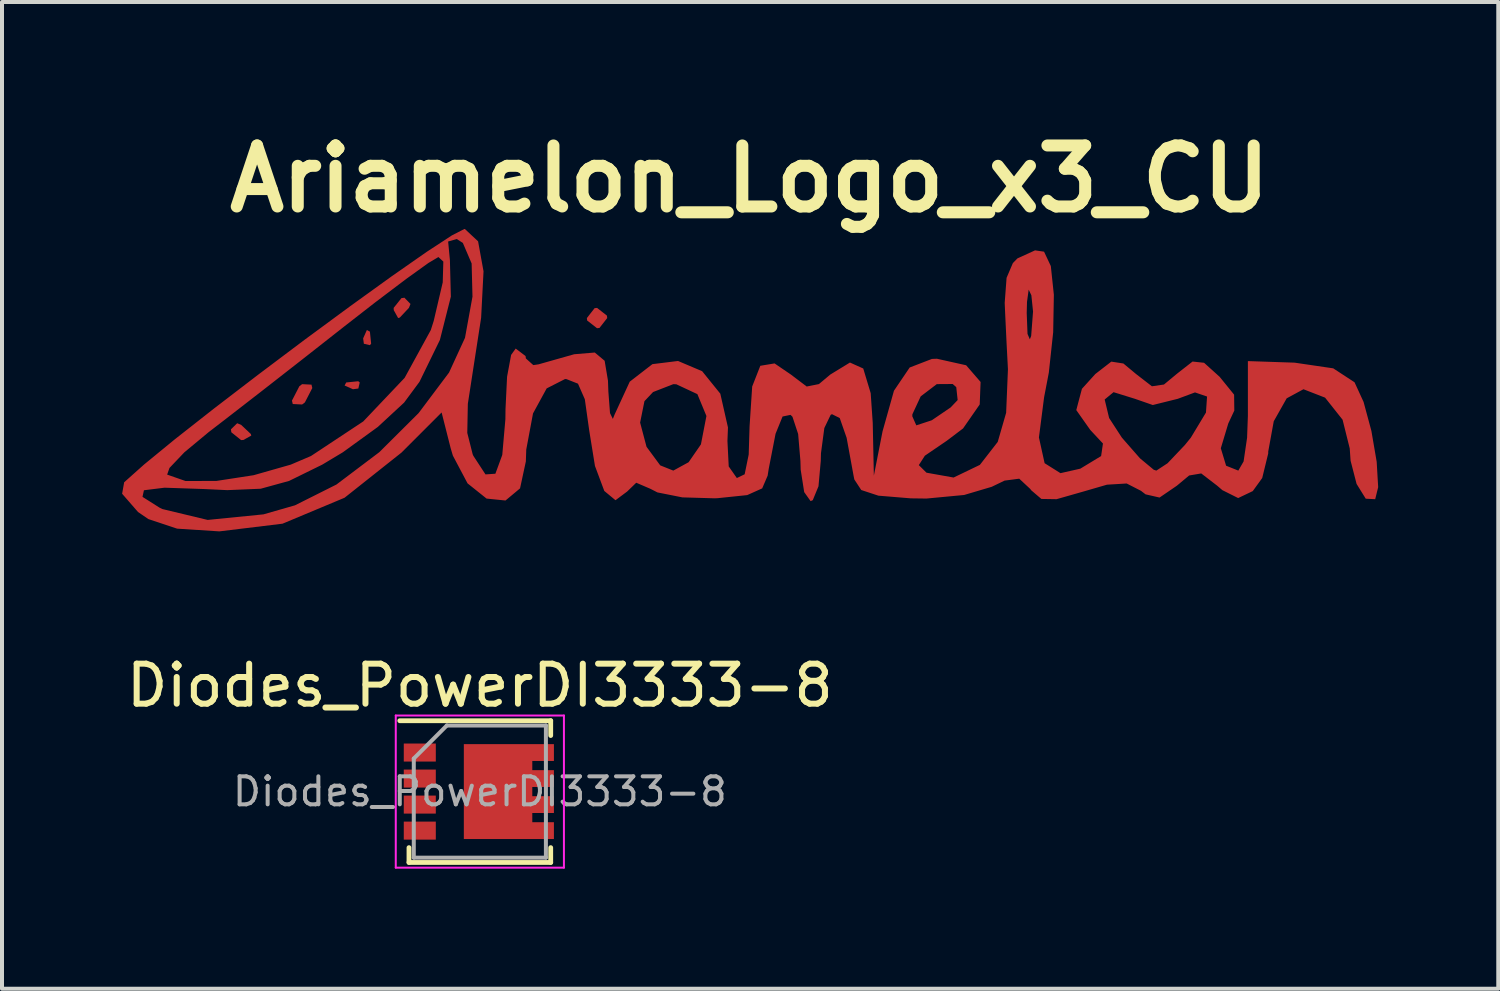
<source format=kicad_pcb>
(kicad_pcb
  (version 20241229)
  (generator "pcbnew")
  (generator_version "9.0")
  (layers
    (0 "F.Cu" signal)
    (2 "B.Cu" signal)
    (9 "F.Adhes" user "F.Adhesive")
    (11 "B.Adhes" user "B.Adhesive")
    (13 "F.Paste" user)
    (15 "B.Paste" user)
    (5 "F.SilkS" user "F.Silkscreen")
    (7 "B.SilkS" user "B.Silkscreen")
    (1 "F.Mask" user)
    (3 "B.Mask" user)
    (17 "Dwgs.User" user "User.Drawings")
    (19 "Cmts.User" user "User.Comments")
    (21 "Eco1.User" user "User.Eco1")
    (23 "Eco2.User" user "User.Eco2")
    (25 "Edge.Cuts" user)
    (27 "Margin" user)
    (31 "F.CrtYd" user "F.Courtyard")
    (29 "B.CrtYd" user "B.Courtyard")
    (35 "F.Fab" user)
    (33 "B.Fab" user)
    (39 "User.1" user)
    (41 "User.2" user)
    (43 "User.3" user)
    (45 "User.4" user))
  (footprint "Ariamelon_Logo_x3_CU"
    (layer "F.Cu")
    (at 15.672 6.418)
    (property "Reference" "Ariamelon_Logo_x3_CU" (at 0 -5 0) (layer "F.SilkS") (effects (font (size 1.524 1.524) (thickness 0.3))))
    (attr board_only exclude_from_pos_files exclude_from_bom)
    (fp_poly (pts (xy -9.737 0.085) (xy -9.772 0.236) (xy -9.906 0.254) (xy -10.115 0.161) (xy -10.075 0.085) (xy -9.774 0.054)) (stroke (width 0) (type solid)) (fill yes) (layer "F.Cu"))
    (fp_poly (pts (xy -9.483 -1.185) (xy -9.452 -0.884) (xy -9.483 -0.847) (xy -9.634 -0.882) (xy -9.652 -1.016) (xy -9.559 -1.225)) (stroke (width 0) (type solid)) (fill yes) (layer "F.Cu"))
    (fp_poly (pts (xy -12.7 1.143) (xy -12.458 1.371) (xy -12.446 1.412) (xy -12.643 1.521) (xy -12.7 1.524) (xy -12.944 1.329) (xy -12.954 1.255) (xy -12.798 1.103)) (stroke (width 0) (type solid)) (fill yes) (layer "F.Cu"))
    (fp_poly (pts (xy -10.942 0.139) (xy -10.922 0.224) (xy -11.107 0.583) (xy -11.176 0.635) (xy -11.41 0.623) (xy -11.43 0.538) (xy -11.245 0.179) (xy -11.176 0.127)) (stroke (width 0) (type solid)) (fill yes) (layer "F.Cu"))
    (fp_poly (pts (xy -8.469 -1.876) (xy -8.509 -1.778) (xy -8.737 -1.536) (xy -8.778 -1.524) (xy -8.887 -1.721) (xy -8.89 -1.778) (xy -8.695 -2.022) (xy -8.621 -2.032)) (stroke (width 0) (type solid)) (fill yes) (layer "F.Cu"))
    (fp_poly (pts (xy -3.563 -1.585) (xy -3.556 -1.524) (xy -3.749 -1.277) (xy -3.81 -1.27) (xy -4.057 -1.463) (xy -4.064 -1.524) (xy -3.871 -1.771) (xy -3.81 -1.778)) (stroke (width 0) (type solid)) (fill yes) (layer "F.Cu"))
    (fp_poly (pts (xy -7.112 -3.749) (xy -6.781 -3.44) (xy -6.645 -2.691) (xy -6.705 -1.531) (xy -6.873 -0.444) (xy -7.037 0.619) (xy -7.051 1.344) (xy -6.916 1.879) (xy -6.898 1.919) (xy -6.596 2.381) (xy -6.349 2.364) (xy -6.177 1.895) (xy -6.099 1.002) (xy -6.096 0.747) (xy -6.057 -0.059) (xy -5.956 -0.604) (xy -5.842 -0.762) (xy -5.595 -0.575) (xy -5.588 -0.516) (xy -5.402 -0.349) (xy -5.271 -0.368) (xy -4.381 -0.62) (xy -3.866 -0.663) (xy -3.62 -0.457) (xy -3.537 0.039) (xy -3.527 0.313) (xy -3.486 0.85) (xy -3.415 0.995) (xy -3.373 0.889) (xy -2.993 0.065) (xy -2.427 -0.373) (xy -1.787 -0.452) (xy -1.185 -0.197) (xy -0.731 0.365) (xy -0.54 1.208) (xy -0.553 1.546) (xy -0.521 2.182) (xy -0.318 2.472) (xy -0.123 2.378) (xy -0.022 1.885) (xy 0 1.179) (xy 0.065 0.186) (xy 0.268 -0.332) (xy 0.624 -0.391) (xy 1.032 -0.113) (xy 1.427 0.186) (xy 1.732 0.125) (xy 2.016 -0.113) (xy 2.507 -0.413) (xy 2.839 -0.264) (xy 3.025 0.352) (xy 3.076 1.094) (xy 3.104 2.413) (xy 3.321 1.306) (xy 3.427 0.929) (xy 4.064 0.929) (xy 4.164 1.156) (xy 4.539 1.033) (xy 4.558 1.024) (xy 5.021 0.709) (xy 5.197 0.524) (xy 5.162 0.201) (xy 5.073 0.123) (xy 4.676 0.126) (xy 4.274 0.432) (xy 4.066 0.88) (xy 4.064 0.929) (xy 3.427 0.929) (xy 3.606 0.291) (xy 3.999 -0.289) (xy 4.554 -0.503) (xy 4.679 -0.508) (xy 5.409 -0.345) (xy 5.77 0.072) (xy 5.748 0.634) (xy 5.332 1.233) (xy 4.925 1.541) (xy 4.378 1.914) (xy 4.227 2.149) (xy 4.415 2.335) (xy 4.422 2.339) (xy 5.096 2.459) (xy 5.752 2.143) (xy 6.198 1.569) (xy 6.408 0.842) (xy 6.453 -0.245) (xy 6.419 -0.896) (xy 6.383 -1.651) (xy 6.922 -1.651) (xy 6.942 -1.128) (xy 7 -0.993) (xy 7.033 -1.077) (xy 7.08 -1.687) (xy 7.038 -2.093) (xy 6.971 -2.233) (xy 6.929 -1.928) (xy 6.922 -1.651) (xy 6.383 -1.651) (xy 6.372 -1.903) (xy 6.419 -2.529) (xy 6.576 -2.897) (xy 6.69 -3.014) (xy 7.13 -3.215) (xy 7.355 -3.182) (xy 7.524 -2.823) (xy 7.6 -2.105) (xy 7.583 -1.17) (xy 7.474 -0.16) (xy 7.356 0.455) (xy 7.227 1.458) (xy 7.369 2.101) (xy 7.765 2.35) (xy 8.26 2.238) (xy 8.78 1.923) (xy 8.826 1.61) (xy 8.509 1.27) (xy 8.16 0.775) (xy 8.23 0.51) (xy 8.869 0.51) (xy 8.98 0.972) (xy 9.299 1.463) (xy 9.751 1.979) (xy 10.095 2.265) (xy 10.16 2.286) (xy 10.439 2.103) (xy 10.872 1.647) (xy 11.021 1.463) (xy 11.399 0.836) (xy 11.426 0.436) (xy 11.125 0.333) (xy 10.695 0.493) (xy 10.071 0.648) (xy 9.625 0.493) (xy 9.091 0.327) (xy 8.869 0.51) (xy 8.23 0.51) (xy 8.301 0.243) (xy 8.636 -0.127) (xy 9.035 -0.436) (xy 9.337 -0.389) (xy 9.652 -0.127) (xy 10.049 0.18) (xy 10.35 0.136) (xy 10.677 -0.135) (xy 11.064 -0.438) (xy 11.352 -0.407) (xy 11.741 -0.056) (xy 12.102 0.389) (xy 12.107 0.786) (xy 11.956 1.11) (xy 11.77 1.728) (xy 11.902 2.164) (xy 12.207 2.286) (xy 12.339 2.057) (xy 12.426 1.466) (xy 12.446 0.918) (xy 12.446 -0.449) (xy 13.613 -0.41) (xy 14.578 -0.268) (xy 15.11 0.08) (xy 15.336 0.572) (xy 15.531 1.295) (xy 15.663 2.066) (xy 15.7 2.7) (xy 15.626 3) (xy 15.39 2.988) (xy 15.161 2.619) (xy 15.011 2.038) (xy 14.99 1.733) (xy 14.811 1.015) (xy 14.374 0.464) (xy 13.834 0.254) (xy 13.415 0.481) (xy 13.092 1.054) (xy 12.954 1.811) (xy 12.954 1.857) (xy 12.804 2.471) (xy 12.568 2.798) (xy 12.203 2.972) (xy 11.808 2.774) (xy 11.679 2.663) (xy 11.281 2.357) (xy 10.979 2.408) (xy 10.673 2.663) (xy 10.24 2.959) (xy 9.89 2.879) (xy 9.776 2.791) (xy 9.419 2.608) (xy 8.926 2.638) (xy 8.344 2.807) (xy 7.667 3) (xy 7.288 2.994) (xy 7.035 2.778) (xy 7.011 2.745) (xy 6.735 2.488) (xy 6.369 2.536) (xy 6.047 2.691) (xy 5.359 2.895) (xy 4.417 2.984) (xy 4.026 2.979) (xy 3.217 2.912) (xy 2.789 2.771) (xy 2.616 2.507) (xy 2.597 2.412) (xy 2.424 1.467) (xy 2.252 0.974) (xy 2.058 0.877) (xy 2.025 0.894) (xy 1.867 1.223) (xy 1.783 1.853) (xy 1.778 2.047) (xy 1.721 2.678) (xy 1.578 3.025) (xy 1.524 3.048) (xy 1.364 2.823) (xy 1.276 2.261) (xy 1.27 2.047) (xy 1.213 1.372) (xy 1.071 0.941) (xy 1.023 0.894) (xy 0.824 0.935) (xy 0.649 1.366) (xy 0.478 2.242) (xy 0.451 2.413) (xy 0.315 2.73) (xy -0.059 2.898) (xy -0.8 2.975) (xy -0.874 2.978) (xy -1.678 2.955) (xy -2.301 2.831) (xy -2.477 2.741) (xy -2.831 2.589) (xy -3.057 2.808) (xy -3.349 3.026) (xy -3.629 2.794) (xy -3.862 2.17) (xy -4.005 1.285) (xy -4.033 1.087) (xy -2.734 1.087) (xy -2.574 1.691) (xy -2.232 2.155) (xy -1.905 2.286) (xy -1.523 2.077) (xy -1.215 1.631) (xy -1.078 0.922) (xy -1.304 0.376) (xy -1.83 0.13) (xy -1.905 0.127) (xy -2.411 0.324) (xy -2.626 0.552) (xy -2.734 1.087) (xy -4.033 1.087) (xy -4.115 0.504) (xy -4.286 0.115) (xy -4.574 0.001) (xy -4.611 0) (xy -5.068 0.233) (xy -5.409 0.858) (xy -5.578 1.761) (xy -5.588 2.057) (xy -5.733 2.73) (xy -6.096 3.033) (xy -6.569 2.985) (xy -7.044 2.605) (xy -7.411 1.912) (xy -7.466 1.726) (xy -7.692 0.834) (xy -8.694 1.836) (xy -10.116 2.964) (xy -11.665 3.612) (xy -13.243 3.804) (xy -14.298 3.736) (xy -15.016 3.497) (xy -15.275 3.32) (xy -15.604 2.942) (xy -15.163 2.942) (xy -14.733 3.214) (xy -14.668 3.246) (xy -13.535 3.518) (xy -12.142 3.379) (xy -11.354 3.153) (xy -10.319 2.634) (xy -9.247 1.825) (xy -8.268 0.851) (xy -7.507 -0.162) (xy -7.108 -1.03) (xy -6.921 -2.059) (xy -6.942 -2.887) (xy -7.162 -3.401) (xy -7.314 -3.498) (xy -7.529 -3.436) (xy -7.486 -2.983) (xy -7.485 -2.98) (xy -7.461 -2.059) (xy -7.735 -0.977) (xy -8.245 0.069) (xy -8.629 0.588) (xy -9.286 1.196) (xy -10.158 1.828) (xy -10.673 2.137) (xy -11.502 2.544) (xy -12.211 2.739) (xy -13.046 2.774) (xy -13.612 2.747) (xy -14.613 2.713) (xy -15.127 2.777) (xy -15.163 2.942) (xy -15.604 2.942) (xy -15.672 2.864) (xy -15.621 2.578) (xy -15.406 2.386) (xy -14.547 2.386) (xy -14.089 2.546) (xy -13.316 2.544) (xy -12.387 2.401) (xy -11.46 2.137) (xy -10.954 1.921) (xy -9.649 1.058) (xy -8.616 -0.03) (xy -7.962 -1.224) (xy -7.889 -1.454) (xy -7.664 -2.415) (xy -7.649 -2.935) (xy -7.772 -3.048) (xy -8.021 -2.9) (xy -8.579 -2.499) (xy -9.359 -1.909) (xy -10.121 -1.316) (xy -11.17 -0.492) (xy -12.214 0.323) (xy -13.103 1.012) (xy -13.51 1.325) (xy -14.118 1.83) (xy -14.489 2.22) (xy -14.547 2.386) (xy -15.406 2.386) (xy -15.126 2.136) (xy -14.355 1.504) (xy -13.38 0.738) (xy -12.276 -0.108) (xy -11.119 -0.978) (xy -9.981 -1.816) (xy -8.939 -2.567) (xy -8.065 -3.177) (xy -7.435 -3.589) (xy -7.123 -3.749)) (stroke (width 0) (type solid)) (fill yes) (layer "F.Cu"))
    (fp_poly (pts (xy -9.737 0.085) (xy -9.772 0.236) (xy -9.906 0.254) (xy -10.115 0.161) (xy -10.075 0.085) (xy -9.774 0.054)) (stroke (width 0) (type solid)) (fill yes) (layer "F.Mask"))
    (fp_poly (pts (xy -9.483 -1.185) (xy -9.452 -0.884) (xy -9.483 -0.847) (xy -9.634 -0.882) (xy -9.652 -1.016) (xy -9.559 -1.225)) (stroke (width 0) (type solid)) (fill yes) (layer "F.Mask"))
    (fp_poly (pts (xy -12.7 1.143) (xy -12.458 1.371) (xy -12.446 1.412) (xy -12.643 1.521) (xy -12.7 1.524) (xy -12.944 1.329) (xy -12.954 1.255) (xy -12.798 1.103)) (stroke (width 0) (type solid)) (fill yes) (layer "F.Mask"))
    (fp_poly (pts (xy -10.942 0.139) (xy -10.922 0.224) (xy -11.107 0.583) (xy -11.176 0.635) (xy -11.41 0.623) (xy -11.43 0.538) (xy -11.245 0.179) (xy -11.176 0.127)) (stroke (width 0) (type solid)) (fill yes) (layer "F.Mask"))
    (fp_poly (pts (xy -8.469 -1.876) (xy -8.509 -1.778) (xy -8.737 -1.536) (xy -8.778 -1.524) (xy -8.887 -1.721) (xy -8.89 -1.778) (xy -8.695 -2.022) (xy -8.621 -2.032)) (stroke (width 0) (type solid)) (fill yes) (layer "F.Mask"))
    (fp_poly (pts (xy -3.563 -1.585) (xy -3.556 -1.524) (xy -3.749 -1.277) (xy -3.81 -1.27) (xy -4.057 -1.463) (xy -4.064 -1.524) (xy -3.871 -1.771) (xy -3.81 -1.778)) (stroke (width 0) (type solid)) (fill yes) (layer "F.Mask"))
    (fp_poly (pts (xy -7.112 -3.749) (xy -6.781 -3.44) (xy -6.645 -2.691) (xy -6.705 -1.531) (xy -6.873 -0.444) (xy -7.037 0.619) (xy -7.051 1.344) (xy -6.916 1.879) (xy -6.898 1.919) (xy -6.596 2.381) (xy -6.349 2.364) (xy -6.177 1.895) (xy -6.099 1.002) (xy -6.096 0.747) (xy -6.057 -0.059) (xy -5.956 -0.604) (xy -5.842 -0.762) (xy -5.595 -0.575) (xy -5.588 -0.516) (xy -5.402 -0.349) (xy -5.271 -0.368) (xy -4.381 -0.62) (xy -3.866 -0.663) (xy -3.62 -0.457) (xy -3.537 0.039) (xy -3.527 0.313) (xy -3.486 0.85) (xy -3.415 0.995) (xy -3.373 0.889) (xy -2.993 0.065) (xy -2.427 -0.373) (xy -1.787 -0.452) (xy -1.185 -0.197) (xy -0.731 0.365) (xy -0.54 1.208) (xy -0.553 1.546) (xy -0.521 2.182) (xy -0.318 2.472) (xy -0.123 2.378) (xy -0.022 1.885) (xy 0 1.179) (xy 0.065 0.186) (xy 0.268 -0.332) (xy 0.624 -0.391) (xy 1.032 -0.113) (xy 1.427 0.186) (xy 1.732 0.125) (xy 2.016 -0.113) (xy 2.507 -0.413) (xy 2.839 -0.264) (xy 3.025 0.352) (xy 3.076 1.094) (xy 3.104 2.413) (xy 3.321 1.306) (xy 3.427 0.929) (xy 4.064 0.929) (xy 4.164 1.156) (xy 4.539 1.033) (xy 4.558 1.024) (xy 5.021 0.709) (xy 5.197 0.524) (xy 5.162 0.201) (xy 5.073 0.123) (xy 4.676 0.126) (xy 4.274 0.432) (xy 4.066 0.88) (xy 4.064 0.929) (xy 3.427 0.929) (xy 3.606 0.291) (xy 3.999 -0.289) (xy 4.554 -0.503) (xy 4.679 -0.508) (xy 5.409 -0.345) (xy 5.77 0.072) (xy 5.748 0.634) (xy 5.332 1.233) (xy 4.925 1.541) (xy 4.378 1.914) (xy 4.227 2.149) (xy 4.415 2.335) (xy 4.422 2.339) (xy 5.096 2.459) (xy 5.752 2.143) (xy 6.198 1.569) (xy 6.408 0.842) (xy 6.453 -0.245) (xy 6.419 -0.896) (xy 6.383 -1.651) (xy 6.922 -1.651) (xy 6.942 -1.128) (xy 7 -0.993) (xy 7.033 -1.077) (xy 7.08 -1.687) (xy 7.038 -2.093) (xy 6.971 -2.233) (xy 6.929 -1.928) (xy 6.922 -1.651) (xy 6.383 -1.651) (xy 6.372 -1.903) (xy 6.419 -2.529) (xy 6.576 -2.897) (xy 6.69 -3.014) (xy 7.13 -3.215) (xy 7.355 -3.182) (xy 7.524 -2.823) (xy 7.6 -2.105) (xy 7.583 -1.17) (xy 7.474 -0.16) (xy 7.356 0.455) (xy 7.227 1.458) (xy 7.369 2.101) (xy 7.765 2.35) (xy 8.26 2.238) (xy 8.78 1.923) (xy 8.826 1.61) (xy 8.509 1.27) (xy 8.16 0.775) (xy 8.23 0.51) (xy 8.869 0.51) (xy 8.98 0.972) (xy 9.299 1.463) (xy 9.751 1.979) (xy 10.095 2.265) (xy 10.16 2.286) (xy 10.439 2.103) (xy 10.872 1.647) (xy 11.021 1.463) (xy 11.399 0.836) (xy 11.426 0.436) (xy 11.125 0.333) (xy 10.695 0.493) (xy 10.071 0.648) (xy 9.625 0.493) (xy 9.091 0.327) (xy 8.869 0.51) (xy 8.23 0.51) (xy 8.301 0.243) (xy 8.636 -0.127) (xy 9.035 -0.436) (xy 9.337 -0.389) (xy 9.652 -0.127) (xy 10.049 0.18) (xy 10.35 0.136) (xy 10.677 -0.135) (xy 11.064 -0.438) (xy 11.352 -0.407) (xy 11.741 -0.056) (xy 12.102 0.389) (xy 12.107 0.786) (xy 11.956 1.11) (xy 11.77 1.728) (xy 11.902 2.164) (xy 12.207 2.286) (xy 12.339 2.057) (xy 12.426 1.466) (xy 12.446 0.918) (xy 12.446 -0.449) (xy 13.613 -0.41) (xy 14.578 -0.268) (xy 15.11 0.08) (xy 15.336 0.572) (xy 15.531 1.295) (xy 15.663 2.066) (xy 15.7 2.7) (xy 15.626 3) (xy 15.39 2.988) (xy 15.161 2.619) (xy 15.011 2.038) (xy 14.99 1.733) (xy 14.811 1.015) (xy 14.374 0.464) (xy 13.834 0.254) (xy 13.415 0.481) (xy 13.092 1.054) (xy 12.954 1.811) (xy 12.954 1.857) (xy 12.804 2.471) (xy 12.568 2.798) (xy 12.203 2.972) (xy 11.808 2.774) (xy 11.679 2.663) (xy 11.281 2.357) (xy 10.979 2.408) (xy 10.673 2.663) (xy 10.24 2.959) (xy 9.89 2.879) (xy 9.776 2.791) (xy 9.419 2.608) (xy 8.926 2.638) (xy 8.344 2.807) (xy 7.667 3) (xy 7.288 2.994) (xy 7.035 2.778) (xy 7.011 2.745) (xy 6.735 2.488) (xy 6.369 2.536) (xy 6.047 2.691) (xy 5.359 2.895) (xy 4.417 2.984) (xy 4.026 2.979) (xy 3.217 2.912) (xy 2.789 2.771) (xy 2.616 2.507) (xy 2.597 2.412) (xy 2.424 1.467) (xy 2.252 0.974) (xy 2.058 0.877) (xy 2.025 0.894) (xy 1.867 1.223) (xy 1.783 1.853) (xy 1.778 2.047) (xy 1.721 2.678) (xy 1.578 3.025) (xy 1.524 3.048) (xy 1.364 2.823) (xy 1.276 2.261) (xy 1.27 2.047) (xy 1.213 1.372) (xy 1.071 0.941) (xy 1.023 0.894) (xy 0.824 0.935) (xy 0.649 1.366) (xy 0.478 2.242) (xy 0.451 2.413) (xy 0.315 2.73) (xy -0.059 2.898) (xy -0.8 2.975) (xy -0.874 2.978) (xy -1.678 2.955) (xy -2.301 2.831) (xy -2.477 2.741) (xy -2.831 2.589) (xy -3.057 2.808) (xy -3.349 3.026) (xy -3.629 2.794) (xy -3.862 2.17) (xy -4.005 1.285) (xy -4.033 1.087) (xy -2.734 1.087) (xy -2.574 1.691) (xy -2.232 2.155) (xy -1.905 2.286) (xy -1.523 2.077) (xy -1.215 1.631) (xy -1.078 0.922) (xy -1.304 0.376) (xy -1.83 0.13) (xy -1.905 0.127) (xy -2.411 0.324) (xy -2.626 0.552) (xy -2.734 1.087) (xy -4.033 1.087) (xy -4.115 0.504) (xy -4.286 0.115) (xy -4.574 0.001) (xy -4.611 0) (xy -5.068 0.233) (xy -5.409 0.858) (xy -5.578 1.761) (xy -5.588 2.057) (xy -5.733 2.73) (xy -6.096 3.033) (xy -6.569 2.985) (xy -7.044 2.605) (xy -7.411 1.912) (xy -7.466 1.726) (xy -7.692 0.834) (xy -8.694 1.836) (xy -10.116 2.964) (xy -11.665 3.612) (xy -13.243 3.804) (xy -14.298 3.736) (xy -15.016 3.497) (xy -15.275 3.32) (xy -15.604 2.942) (xy -15.163 2.942) (xy -14.733 3.214) (xy -14.668 3.246) (xy -13.535 3.518) (xy -12.142 3.379) (xy -11.354 3.153) (xy -10.319 2.634) (xy -9.247 1.825) (xy -8.268 0.851) (xy -7.507 -0.162) (xy -7.108 -1.03) (xy -6.921 -2.059) (xy -6.942 -2.887) (xy -7.162 -3.401) (xy -7.314 -3.498) (xy -7.529 -3.436) (xy -7.486 -2.983) (xy -7.485 -2.98) (xy -7.461 -2.059) (xy -7.735 -0.977) (xy -8.245 0.069) (xy -8.629 0.588) (xy -9.286 1.196) (xy -10.158 1.828) (xy -10.673 2.137) (xy -11.502 2.544) (xy -12.211 2.739) (xy -13.046 2.774) (xy -13.612 2.747) (xy -14.613 2.713) (xy -15.127 2.777) (xy -15.163 2.942) (xy -15.604 2.942) (xy -15.672 2.864) (xy -15.621 2.578) (xy -15.406 2.386) (xy -14.547 2.386) (xy -14.089 2.546) (xy -13.316 2.544) (xy -12.387 2.401) (xy -11.46 2.137) (xy -10.954 1.921) (xy -9.649 1.058) (xy -8.616 -0.03) (xy -7.962 -1.224) (xy -7.889 -1.454) (xy -7.664 -2.415) (xy -7.649 -2.935) (xy -7.772 -3.048) (xy -8.021 -2.9) (xy -8.579 -2.499) (xy -9.359 -1.909) (xy -10.121 -1.316) (xy -11.17 -0.492) (xy -12.214 0.323) (xy -13.103 1.012) (xy -13.51 1.325) (xy -14.118 1.83) (xy -14.489 2.22) (xy -14.547 2.386) (xy -15.406 2.386) (xy -15.126 2.136) (xy -14.355 1.504) (xy -13.38 0.738) (xy -12.276 -0.108) (xy -11.119 -0.978) (xy -9.981 -1.816) (xy -8.939 -2.567) (xy -8.065 -3.177) (xy -7.435 -3.589) (xy -7.123 -3.749)) (stroke (width 0) (type solid)) (fill yes) (layer "F.Mask")))
  (footprint "Diodes_PowerDI3333-8"
    (layer "F.Cu")
    (at 8.935 16.721)
    (property "Reference" "Diodes_PowerDI3333-8" (at 0 -2.65 0) (layer "F.SilkS") (effects (font (size 1 1) (thickness 0.15))))
    (attr smd)
    (fp_line (start -1.77 1.77) (end -1.77 1.4) (stroke (width 0.12) (type solid)) (layer "F.SilkS"))
    (fp_line (start -1.77 1.77) (end 1.77 1.77) (stroke (width 0.12) (type solid)) (layer "F.SilkS"))
    (fp_line (start 1.77 -1.77) (end -2 -1.77) (stroke (width 0.12) (type solid)) (layer "F.SilkS"))
    (fp_line (start 1.77 -1.77) (end 1.77 -1.4) (stroke (width 0.12) (type solid)) (layer "F.SilkS"))
    (fp_line (start 1.77 1.77) (end 1.77 1.4) (stroke (width 0.12) (type solid)) (layer "F.SilkS"))
    (fp_line (start -2.1 -1.9) (end -2.1 1.9) (stroke (width 0.05) (type solid)) (layer "F.CrtYd"))
    (fp_line (start -2.1 1.9) (end 2.1 1.9) (stroke (width 0.05) (type solid)) (layer "F.CrtYd"))
    (fp_line (start 2.1 -1.9) (end -2.1 -1.9) (stroke (width 0.05) (type solid)) (layer "F.CrtYd"))
    (fp_line (start 2.1 1.9) (end 2.1 -1.9) (stroke (width 0.05) (type solid)) (layer "F.CrtYd"))
    (fp_line (start -1.65 -0.825) (end -1.65 1.65) (stroke (width 0.1) (type solid)) (layer "F.Fab"))
    (fp_line (start -1.65 1.65) (end 1.65 1.65) (stroke (width 0.1) (type solid)) (layer "F.Fab"))
    (fp_line (start -0.825 -1.65) (end -1.65 -0.825) (stroke (width 0.1) (type solid)) (layer "F.Fab"))
    (fp_line (start 1.65 -1.65) (end -0.825 -1.65) (stroke (width 0.1) (type solid)) (layer "F.Fab"))
    (fp_line (start 1.65 1.65) (end 1.65 -1.65) (stroke (width 0.1) (type solid)) (layer "F.Fab"))
    (fp_text user "${REFERENCE}" (at 0 0 0) (layer "F.Fab") (effects (font (size 0.7 0.7) (thickness 0.1))))
    (pad "" smd rect (at 0.02 -0.565) (size 0.6 1) (layers "F.Paste"))
    (pad "" smd rect (at 0.02 0.565) (size 0.6 1) (layers "F.Paste"))
    (pad "" smd rect (at 0.73 -0.565) (size 0.6 1) (layers "F.Paste"))
    (pad "" smd rect (at 0.73 0.565) (size 0.6 1) (layers "F.Paste"))
    (pad "" smd rect (at 1.5 -0.975) (size 0.7 0.42) (layers "F.Paste"))
    (pad "" smd rect (at 1.5 -0.325) (size 0.7 0.42) (layers "F.Paste"))
    (pad "" smd rect (at 1.5 0.325) (size 0.7 0.42) (layers "F.Paste"))
    (pad "" smd rect (at 1.5 0.975) (size 0.7 0.42) (layers "F.Paste"))
    (pad "1" smd rect (at -1.5 -0.975) (size 0.8 0.45) (layers "F.Cu" "F.Mask" "F.Paste"))
    (pad "2" smd rect (at -1.5 -0.325) (size 0.8 0.45) (layers "F.Cu" "F.Mask" "F.Paste"))
    (pad "3" smd rect (at -1.5 0.325) (size 0.8 0.45) (layers "F.Cu" "F.Mask" "F.Paste"))
    (pad "4" smd rect (at -1.5 0.975) (size 0.8 0.45) (layers "F.Cu" "F.Mask" "F.Paste"))
    (pad "5" smd custom (at 0.455 0) (size 1.71 2.37) (layers "F.Cu" "F.Mask") (options (anchor rect)) (primitives (gr_poly (pts (xy 1.395 1.185) (xy 0.855 1.185) (xy 0.855 0.765) (xy 1.395 0.765)) (width 0) (fill yes)) (gr_poly (pts (xy 1.395 0.535) (xy 0.855 0.535) (xy 0.855 0.115) (xy 1.395 0.115)) (width 0) (fill yes)) (gr_poly (pts (xy 1.395 -0.115) (xy 0.855 -0.115) (xy 0.855 -0.535) (xy 1.395 -0.535)) (width 0) (fill yes)) (gr_poly (pts (xy 1.395 -0.765) (xy 0.855 -0.765) (xy 0.855 -1.185) (xy 1.395 -1.185)) (width 0) (fill yes)))))
  (gr_rect
    (start -3 -3)
    (end 34.372 21.646)
    (stroke (width 0.1) (type default))
    (fill no)
    (layer "Edge.Cuts")))
</source>
